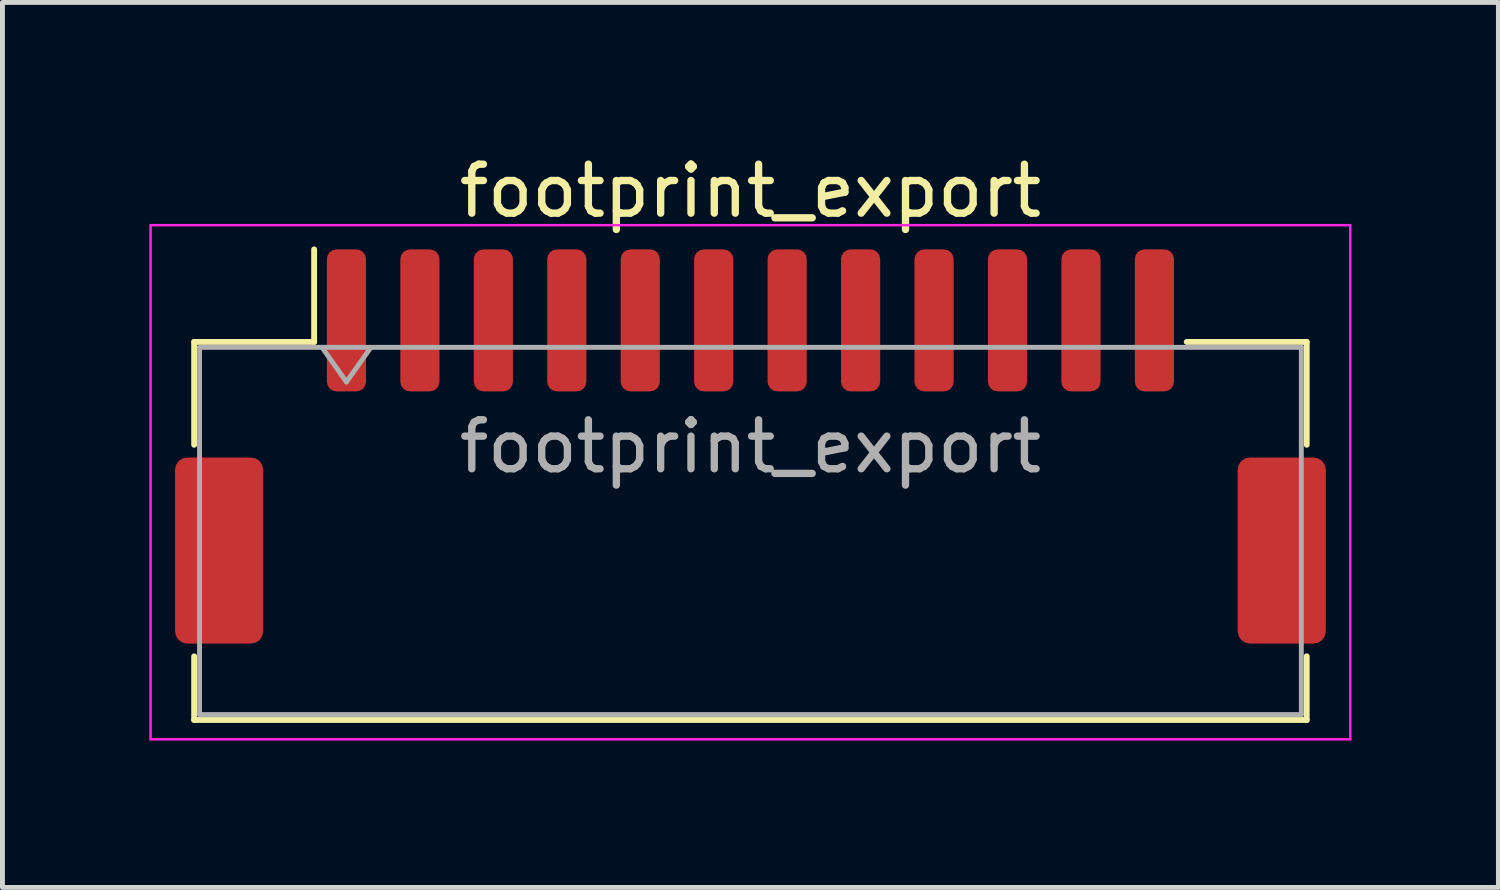
<source format=kicad_pcb>
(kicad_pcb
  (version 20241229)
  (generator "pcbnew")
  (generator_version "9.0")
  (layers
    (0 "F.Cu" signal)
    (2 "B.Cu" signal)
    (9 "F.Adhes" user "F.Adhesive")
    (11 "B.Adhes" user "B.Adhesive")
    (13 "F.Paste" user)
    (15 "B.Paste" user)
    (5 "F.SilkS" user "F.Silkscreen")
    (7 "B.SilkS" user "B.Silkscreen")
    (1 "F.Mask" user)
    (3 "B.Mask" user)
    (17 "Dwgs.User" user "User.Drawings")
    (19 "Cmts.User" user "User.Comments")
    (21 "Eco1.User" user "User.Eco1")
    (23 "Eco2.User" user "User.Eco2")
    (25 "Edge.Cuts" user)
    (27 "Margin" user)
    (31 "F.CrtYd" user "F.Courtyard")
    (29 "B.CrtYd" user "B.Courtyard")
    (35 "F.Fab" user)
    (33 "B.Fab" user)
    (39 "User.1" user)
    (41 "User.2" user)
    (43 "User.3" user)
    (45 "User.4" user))
  (footprint "footprint_export"
    (layer "F.Cu")
    (at 12.275 6.068)
    (property "Reference" "footprint_export" (at 0 -5.22 0) (layer "F.SilkS") (effects (font (size 1 1) (thickness 0.15))))
    (attr smd)
    (fp_line (start -11.36 -2.135) (end -8.91 -2.135) (stroke (width 0.12) (type solid)) (layer "F.SilkS"))
    (fp_line (start -11.36 -0.035) (end -11.36 -2.135) (stroke (width 0.12) (type solid)) (layer "F.SilkS"))
    (fp_line (start -11.36 4.285) (end -11.36 5.585) (stroke (width 0.12) (type solid)) (layer "F.SilkS"))
    (fp_line (start -11.36 5.585) (end 11.36 5.585) (stroke (width 0.12) (type solid)) (layer "F.SilkS"))
    (fp_line (start -8.91 -2.135) (end -8.91 -4.025) (stroke (width 0.12) (type solid)) (layer "F.SilkS"))
    (fp_line (start 11.36 -2.135) (end 8.91 -2.135) (stroke (width 0.12) (type solid)) (layer "F.SilkS"))
    (fp_line (start 11.36 -0.035) (end 11.36 -2.135) (stroke (width 0.12) (type solid)) (layer "F.SilkS"))
    (fp_line (start 11.36 5.585) (end 11.36 4.285) (stroke (width 0.12) (type solid)) (layer "F.SilkS"))
    (fp_line (start -12.25 -4.52) (end -12.25 5.98) (stroke (width 0.05) (type solid)) (layer "F.CrtYd"))
    (fp_line (start -12.25 5.98) (end 12.25 5.98) (stroke (width 0.05) (type solid)) (layer "F.CrtYd"))
    (fp_line (start 12.25 -4.52) (end -12.25 -4.52) (stroke (width 0.05) (type solid)) (layer "F.CrtYd"))
    (fp_line (start 12.25 5.98) (end 12.25 -4.52) (stroke (width 0.05) (type solid)) (layer "F.CrtYd"))
    (fp_line (start -11.25 -2.025) (end -11.25 5.475) (stroke (width 0.1) (type solid)) (layer "F.Fab"))
    (fp_line (start -11.25 -2.025) (end 11.25 -2.025) (stroke (width 0.1) (type solid)) (layer "F.Fab"))
    (fp_line (start -11.25 5.475) (end 11.25 5.475) (stroke (width 0.1) (type solid)) (layer "F.Fab"))
    (fp_line (start -8.75 -2.025) (end -8.25 -1.318) (stroke (width 0.1) (type solid)) (layer "F.Fab"))
    (fp_line (start -8.25 -1.318) (end -7.75 -2.025) (stroke (width 0.1) (type solid)) (layer "F.Fab"))
    (fp_line (start 11.25 -2.025) (end 11.25 5.475) (stroke (width 0.1) (type solid)) (layer "F.Fab"))
    (fp_text user "${REFERENCE}" (at 0 0 0) (layer "F.Fab") (effects (font (size 1 1) (thickness 0.15))))
    (pad "1" smd roundrect (at -8.25 -2.575) (size 0.8 2.9) (layers "F.Cu" "F.Mask" "F.Paste") (roundrect_rratio 0.25))
    (pad "2" smd roundrect (at -6.75 -2.575) (size 0.8 2.9) (layers "F.Cu" "F.Mask" "F.Paste") (roundrect_rratio 0.25))
    (pad "3" smd roundrect (at -5.25 -2.575) (size 0.8 2.9) (layers "F.Cu" "F.Mask" "F.Paste") (roundrect_rratio 0.25))
    (pad "4" smd roundrect (at -3.75 -2.575) (size 0.8 2.9) (layers "F.Cu" "F.Mask" "F.Paste") (roundrect_rratio 0.25))
    (pad "5" smd roundrect (at -2.25 -2.575) (size 0.8 2.9) (layers "F.Cu" "F.Mask" "F.Paste") (roundrect_rratio 0.25))
    (pad "6" smd roundrect (at -0.75 -2.575) (size 0.8 2.9) (layers "F.Cu" "F.Mask" "F.Paste") (roundrect_rratio 0.25))
    (pad "7" smd roundrect (at 0.75 -2.575) (size 0.8 2.9) (layers "F.Cu" "F.Mask" "F.Paste") (roundrect_rratio 0.25))
    (pad "8" smd roundrect (at 2.25 -2.575) (size 0.8 2.9) (layers "F.Cu" "F.Mask" "F.Paste") (roundrect_rratio 0.25))
    (pad "9" smd roundrect (at 3.75 -2.575) (size 0.8 2.9) (layers "F.Cu" "F.Mask" "F.Paste") (roundrect_rratio 0.25))
    (pad "10" smd roundrect (at 5.25 -2.575) (size 0.8 2.9) (layers "F.Cu" "F.Mask" "F.Paste") (roundrect_rratio 0.25))
    (pad "11" smd roundrect (at 6.75 -2.575) (size 0.8 2.9) (layers "F.Cu" "F.Mask" "F.Paste") (roundrect_rratio 0.25))
    (pad "12" smd roundrect (at 8.25 -2.575) (size 0.8 2.9) (layers "F.Cu" "F.Mask" "F.Paste") (roundrect_rratio 0.25))
    (pad "MP" smd roundrect (at -10.85 2.125) (size 1.8 3.8) (layers "F.Cu" "F.Mask" "F.Paste") (roundrect_rratio 0.139))
    (pad "MP" smd roundrect (at 10.85 2.125) (size 1.8 3.8) (layers "F.Cu" "F.Mask" "F.Paste") (roundrect_rratio 0.139)))
  (gr_rect
    (start -3 -3)
    (end 27.55 15.073)
    (stroke (width 0.1) (type default))
    (fill no)
    (layer "Edge.Cuts")))
</source>
